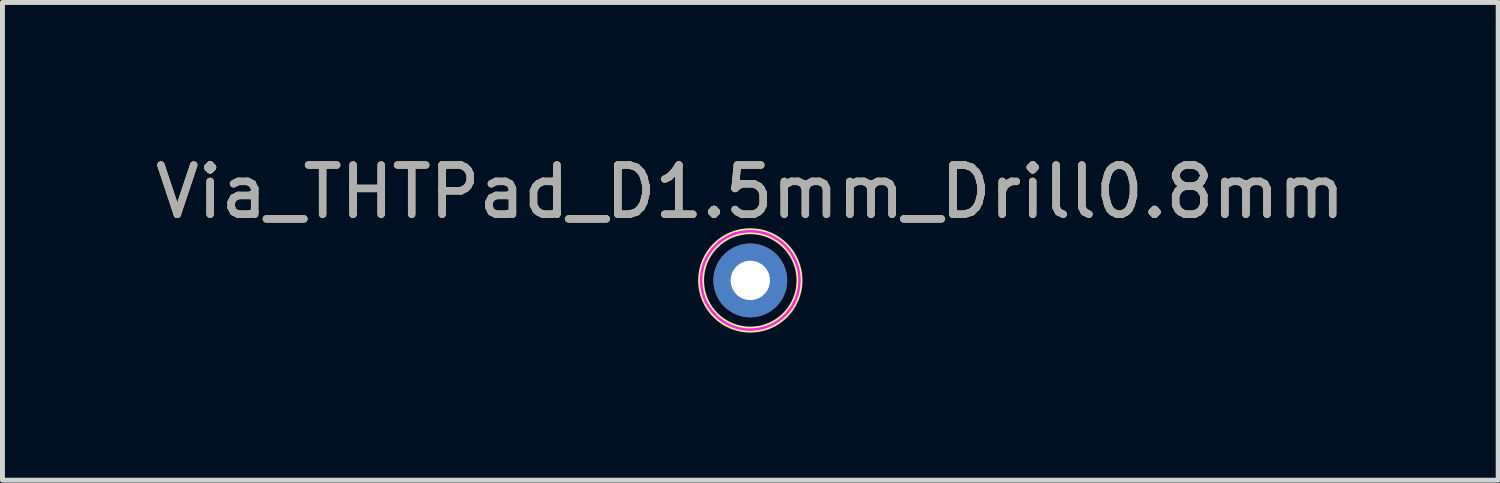
<source format=kicad_pcb>
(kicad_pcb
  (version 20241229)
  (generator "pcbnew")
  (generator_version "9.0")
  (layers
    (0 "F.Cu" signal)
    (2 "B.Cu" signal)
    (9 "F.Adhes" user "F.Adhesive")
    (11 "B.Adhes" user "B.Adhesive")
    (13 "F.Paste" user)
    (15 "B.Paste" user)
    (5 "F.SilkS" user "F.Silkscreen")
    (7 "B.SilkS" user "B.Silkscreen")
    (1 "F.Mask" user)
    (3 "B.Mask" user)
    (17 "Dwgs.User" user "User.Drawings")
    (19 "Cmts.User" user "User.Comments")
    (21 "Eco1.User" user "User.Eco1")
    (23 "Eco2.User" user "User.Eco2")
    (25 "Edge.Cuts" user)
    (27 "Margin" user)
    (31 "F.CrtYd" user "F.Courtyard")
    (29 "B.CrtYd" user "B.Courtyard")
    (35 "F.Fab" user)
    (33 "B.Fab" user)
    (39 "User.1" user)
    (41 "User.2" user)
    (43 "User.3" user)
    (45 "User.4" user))
  (footprint "Via_THTPad_D1.5mm_Drill0.8mm"
    (layer "F.Cu")
    (at 12.196 2.648)
    (property "Reference" "Via_THTPad_D1.5mm_Drill0.8mm" (at 0 -1.8 0) (layer "F.SilkS") (effects (font (size 1 1) (thickness 0.15))))
    (attr exclude_from_pos_files exclude_from_bom)
    (fp_circle (center 0 0) (end 0 1) (stroke (width 0.12) (type solid)) (fill no) (layer "F.SilkS"))
    (fp_circle (center 0 0) (end 1 0) (stroke (width 0.05) (type solid)) (fill no) (layer "F.CrtYd"))
    (fp_text user "${REFERENCE}" (at 0 -1.8 0) (layer "F.Fab") (effects (font (size 1 1) (thickness 0.15))))
    (pad "1" thru_hole circle (at 0 0) (size 1.5 1.5) (drill 0.8) (layers "*.Cu" "*.Mask")))
  (gr_rect
    (start -3 -3)
    (end 27.393 6.708)
    (stroke (width 0.1) (type default))
    (fill no)
    (layer "Edge.Cuts")))
</source>
